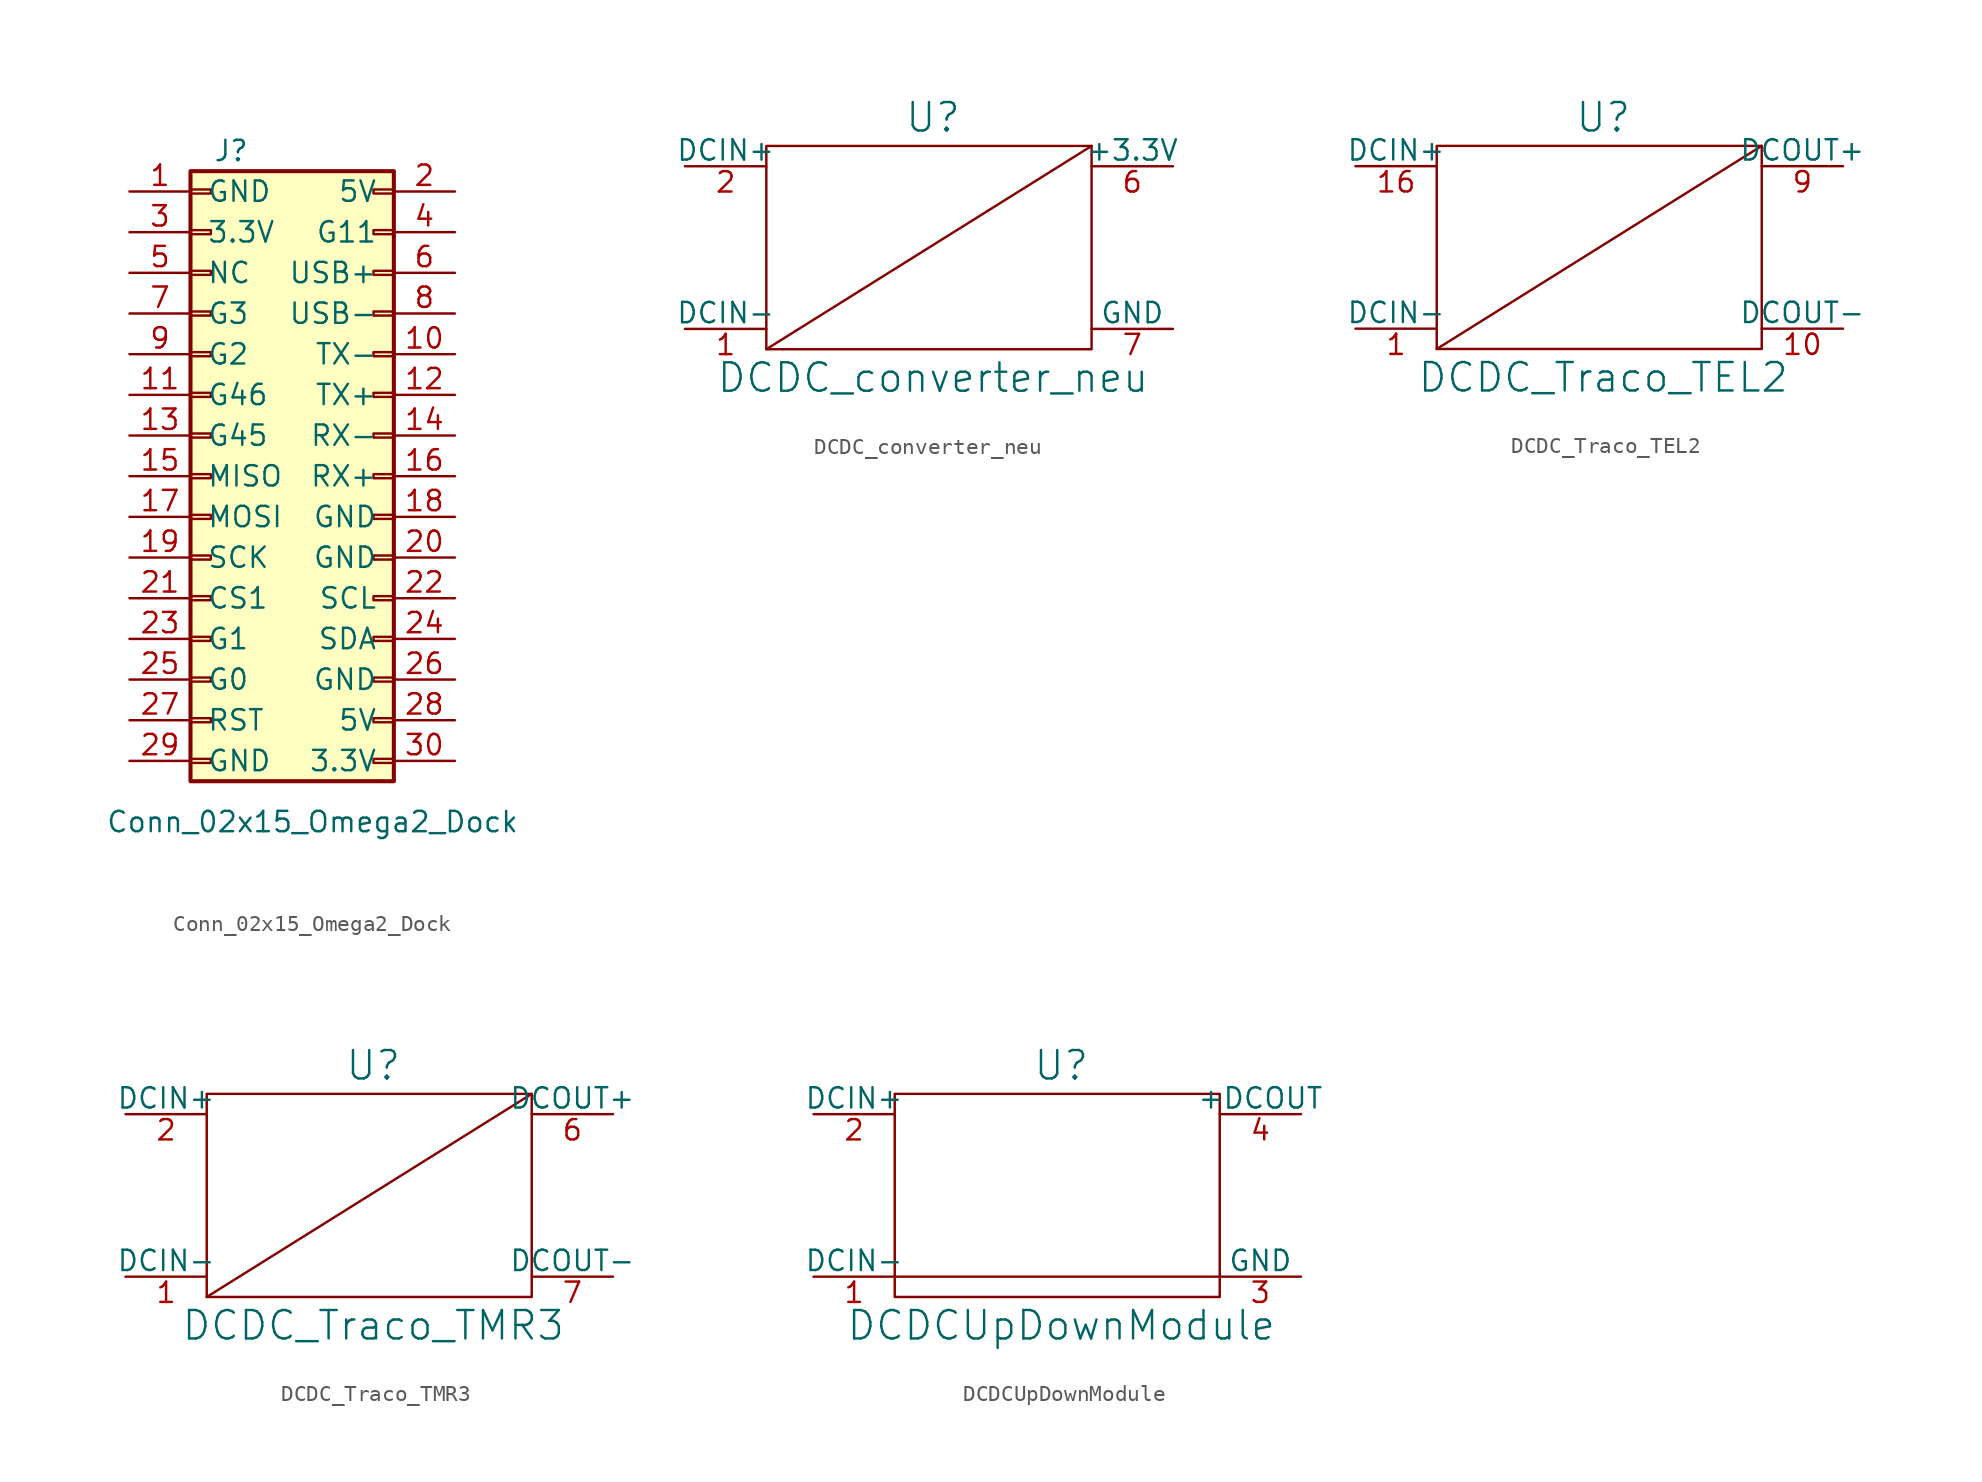
<source format=kicad_sym>
(kicad_symbol_lib
  (version 20220914)
  (generator kicad_symbol_editor)
  (symbol "Conn_02x15_Omega2_Dock"
    (pin_names
      (offset 1.016))
    (property "Reference" "J"
      (at 1.27 20.32 0)
      (effects (font (size 1.27 1.27))))
    (property "Value" "Conn_02x15_Omega2_Dock"
      (at 6.35 -21.59 0)
      (effects (font (size 1.27 1.27))))
    (symbol "Conn_02x15_Omega2_Dock_1_1"
      (rectangle (start -1.27 -17.653) (end 0 -17.907) (stroke (width 0.152) (type default)) (fill (type none)))
      (rectangle (start -1.27 -15.113) (end 0 -15.367) (stroke (width 0.152) (type default)) (fill (type none)))
      (rectangle (start -1.27 -12.573) (end 0 -12.827) (stroke (width 0.152) (type default)) (fill (type none)))
      (rectangle (start -1.27 -10.033) (end 0 -10.287) (stroke (width 0.152) (type default)) (fill (type none)))
      (rectangle (start -1.27 -7.493) (end 0 -7.747) (stroke (width 0.152) (type default)) (fill (type none)))
      (rectangle (start -1.27 -4.953) (end 0 -5.207) (stroke (width 0.152) (type default)) (fill (type none)))
      (rectangle (start -1.27 -2.413) (end 0 -2.667) (stroke (width 0.152) (type default)) (fill (type none)))
      (rectangle (start -1.27 0.127) (end 0 -0.127) (stroke (width 0.152) (type default)) (fill (type none)))
      (rectangle (start -1.27 2.667) (end 0 2.413) (stroke (width 0.152) (type default)) (fill (type none)))
      (rectangle (start -1.27 5.207) (end 0 4.953) (stroke (width 0.152) (type default)) (fill (type none)))
      (rectangle (start -1.27 7.747) (end 0 7.493) (stroke (width 0.152) (type default)) (fill (type none)))
      (rectangle (start -1.27 10.287) (end 0 10.033) (stroke (width 0.152) (type default)) (fill (type none)))
      (rectangle (start -1.27 12.827) (end 0 12.573) (stroke (width 0.152) (type default)) (fill (type none)))
      (rectangle (start -1.27 15.367) (end 0 15.113) (stroke (width 0.152) (type default)) (fill (type none)))
      (rectangle (start -1.27 17.907) (end 0 17.653) (stroke (width 0.152) (type default)) (fill (type none)))
      (rectangle (start -1.27 19.05) (end 11.43 -19.05) (stroke (width 0.254) (type default)) (fill (type background)))
      (rectangle (start 11.43 -17.653) (end 10.16 -17.907) (stroke (width 0.152) (type default)) (fill (type none)))
      (rectangle (start 11.43 -15.113) (end 10.16 -15.367) (stroke (width 0.152) (type default)) (fill (type none)))
      (rectangle (start 11.43 -12.573) (end 10.16 -12.827) (stroke (width 0.152) (type default)) (fill (type none)))
      (rectangle (start 11.43 -10.033) (end 10.16 -10.287) (stroke (width 0.152) (type default)) (fill (type none)))
      (rectangle (start 11.43 -7.493) (end 10.16 -7.747) (stroke (width 0.152) (type default)) (fill (type none)))
      (rectangle (start 11.43 -4.953) (end 10.16 -5.207) (stroke (width 0.152) (type default)) (fill (type none)))
      (rectangle (start 11.43 -2.413) (end 10.16 -2.667) (stroke (width 0.152) (type default)) (fill (type none)))
      (rectangle (start 11.43 0.127) (end 10.16 -0.127) (stroke (width 0.152) (type default)) (fill (type none)))
      (rectangle (start 11.43 2.667) (end 10.16 2.413) (stroke (width 0.152) (type default)) (fill (type none)))
      (rectangle (start 11.43 5.207) (end 10.16 4.953) (stroke (width 0.152) (type default)) (fill (type none)))
      (rectangle (start 11.43 7.747) (end 10.16 7.493) (stroke (width 0.152) (type default)) (fill (type none)))
      (rectangle (start 11.43 10.287) (end 10.16 10.033) (stroke (width 0.152) (type default)) (fill (type none)))
      (rectangle (start 11.43 12.827) (end 10.16 12.573) (stroke (width 0.152) (type default)) (fill (type none)))
      (rectangle (start 11.43 15.367) (end 10.16 15.113) (stroke (width 0.152) (type default)) (fill (type none)))
      (rectangle (start 11.43 17.907) (end 10.16 17.653) (stroke (width 0.152) (type default)) (fill (type none)))
      (pin passive line (at -5.08 17.78 0) (length 3.81) (name "GND" (effects (font (size 1.27 1.27)))) (number "1" (effects (font (size 1.27 1.27)))))
      (pin passive line (at 15.24 7.62 180) (length 3.81) (name "TX-" (effects (font (size 1.27 1.27)))) (number "10" (effects (font (size 1.27 1.27)))))
      (pin passive line (at -5.08 5.08 0) (length 3.81) (name "G46" (effects (font (size 1.27 1.27)))) (number "11" (effects (font (size 1.27 1.27)))))
      (pin passive line (at 15.24 5.08 180) (length 3.81) (name "TX+" (effects (font (size 1.27 1.27)))) (number "12" (effects (font (size 1.27 1.27)))))
      (pin passive line (at -5.08 2.54 0) (length 3.81) (name "G45" (effects (font (size 1.27 1.27)))) (number "13" (effects (font (size 1.27 1.27)))))
      (pin passive line (at 15.24 2.54 180) (length 3.81) (name "RX-" (effects (font (size 1.27 1.27)))) (number "14" (effects (font (size 1.27 1.27)))))
      (pin passive line (at -5.08 0 0) (length 3.81) (name "MISO" (effects (font (size 1.27 1.27)))) (number "15" (effects (font (size 1.27 1.27)))))
      (pin passive line (at 15.24 0 180) (length 3.81) (name "RX+" (effects (font (size 1.27 1.27)))) (number "16" (effects (font (size 1.27 1.27)))))
      (pin passive line (at -5.08 -2.54 0) (length 3.81) (name "MOSI" (effects (font (size 1.27 1.27)))) (number "17" (effects (font (size 1.27 1.27)))))
      (pin passive line (at 15.24 -2.54 180) (length 3.81) (name "GND" (effects (font (size 1.27 1.27)))) (number "18" (effects (font (size 1.27 1.27)))))
      (pin passive line (at -5.08 -5.08 0) (length 3.81) (name "SCK" (effects (font (size 1.27 1.27)))) (number "19" (effects (font (size 1.27 1.27)))))
      (pin passive line (at 15.24 17.78 180) (length 3.81) (name "5V" (effects (font (size 1.27 1.27)))) (number "2" (effects (font (size 1.27 1.27)))))
      (pin passive line (at 15.24 -5.08 180) (length 3.81) (name "GND" (effects (font (size 1.27 1.27)))) (number "20" (effects (font (size 1.27 1.27)))))
      (pin passive line (at -5.08 -7.62 0) (length 3.81) (name "CS1" (effects (font (size 1.27 1.27)))) (number "21" (effects (font (size 1.27 1.27)))))
      (pin passive line (at 15.24 -7.62 180) (length 3.81) (name "SCL" (effects (font (size 1.27 1.27)))) (number "22" (effects (font (size 1.27 1.27)))))
      (pin passive line (at -5.08 -10.16 0) (length 3.81) (name "G1" (effects (font (size 1.27 1.27)))) (number "23" (effects (font (size 1.27 1.27)))))
      (pin passive line (at 15.24 -10.16 180) (length 3.81) (name "SDA" (effects (font (size 1.27 1.27)))) (number "24" (effects (font (size 1.27 1.27)))))
      (pin passive line (at -5.08 -12.7 0) (length 3.81) (name "G0" (effects (font (size 1.27 1.27)))) (number "25" (effects (font (size 1.27 1.27)))))
      (pin passive line (at 15.24 -12.7 180) (length 3.81) (name "GND" (effects (font (size 1.27 1.27)))) (number "26" (effects (font (size 1.27 1.27)))))
      (pin passive line (at -5.08 -15.24 0) (length 3.81) (name "RST" (effects (font (size 1.27 1.27)))) (number "27" (effects (font (size 1.27 1.27)))))
      (pin passive line (at 15.24 -15.24 180) (length 3.81) (name "5V" (effects (font (size 1.27 1.27)))) (number "28" (effects (font (size 1.27 1.27)))))
      (pin passive line (at -5.08 -17.78 0) (length 3.81) (name "GND" (effects (font (size 1.27 1.27)))) (number "29" (effects (font (size 1.27 1.27)))))
      (pin passive line (at -5.08 15.24 0) (length 3.81) (name "3.3V" (effects (font (size 1.27 1.27)))) (number "3" (effects (font (size 1.27 1.27)))))
      (pin passive line (at 15.24 -17.78 180) (length 3.81) (name "3.3V" (effects (font (size 1.27 1.27)))) (number "30" (effects (font (size 1.27 1.27)))))
      (pin passive line (at 15.24 15.24 180) (length 3.81) (name "G11" (effects (font (size 1.27 1.27)))) (number "4" (effects (font (size 1.27 1.27)))))
      (pin passive line (at -5.08 12.7 0) (length 3.81) (name "NC" (effects (font (size 1.27 1.27)))) (number "5" (effects (font (size 1.27 1.27)))))
      (pin passive line (at 15.24 12.7 180) (length 3.81) (name "USB+" (effects (font (size 1.27 1.27)))) (number "6" (effects (font (size 1.27 1.27)))))
      (pin passive line (at -5.08 10.16 0) (length 3.81) (name "G3" (effects (font (size 1.27 1.27)))) (number "7" (effects (font (size 1.27 1.27)))))
      (pin passive line (at 15.24 10.16 180) (length 3.81) (name "USB-" (effects (font (size 1.27 1.27)))) (number "8" (effects (font (size 1.27 1.27)))))
      (pin passive line (at -5.08 7.62 0) (length 3.81) (name "G2" (effects (font (size 1.27 1.27)))) (number "9" (effects (font (size 1.27 1.27)))))))
  (symbol "DCDC_converter_neu"
    (pin_names
      (offset 0))
    (property "Reference" "U"
      (at 0.254 8.128 0)
      (effects (font (size 1.778 1.778))))
    (property "Value" "DCDC_converter_neu"
      (at 0.254 -8.128 0)
      (effects (font (size 1.778 1.778))))
    (symbol "DCDC_converter_neu_0_0"
      (polyline (pts (xy -10.16 -6.35) (xy 10.16 6.35)) (stroke (width 0) (type default)) (fill (type none))))
    (symbol "DCDC_converter_neu_0_1"
      (rectangle (start -10.16 6.35) (end 10.16 -6.35) (stroke (width 0) (type default)) (fill (type none))))
    (symbol "DCDC_converter_neu_1_1"
      (pin power_in line (at -15.24 -5.08 0) (length 5.08) (name "DCIN-" (effects (font (size 1.27 1.27)))) (number "1" (effects (font (size 1.27 1.27)))))
      (pin power_in line (at -15.24 5.08 0) (length 5.08) (name "DCIN+" (effects (font (size 1.27 1.27)))) (number "2" (effects (font (size 1.27 1.27)))))
      (pin power_out line (at 15.24 5.08 180) (length 5.08) (name "+3.3V" (effects (font (size 1.27 1.27)))) (number "6" (effects (font (size 1.27 1.27)))))
      (pin power_out line (at 15.24 -5.08 180) (length 5.08) (name "GND" (effects (font (size 1.27 1.27)))) (number "7" (effects (font (size 1.27 1.27)))))))
  (symbol "DCDC_Traco_TEL2"
    (pin_names
      (offset 0))
    (property "Reference" "U"
      (at 0.254 8.128 0)
      (effects (font (size 1.778 1.778))))
    (property "Value" "DCDC_Traco_TEL2"
      (at 0.254 -8.128 0)
      (effects (font (size 1.778 1.778))))
    (symbol "DCDC_Traco_TEL2_0_0"
      (polyline (pts (xy -10.16 -6.35) (xy 10.16 6.35)) (stroke (width 0) (type default)) (fill (type none))))
    (symbol "DCDC_Traco_TEL2_0_1"
      (rectangle (start -10.16 6.35) (end 10.16 -6.35) (stroke (width 0) (type default)) (fill (type none))))
    (symbol "DCDC_Traco_TEL2_1_1"
      (pin power_in line (at -15.24 -5.08 0) (length 5.08) (name "DCIN-" (effects (font (size 1.27 1.27)))) (number "1" (effects (font (size 1.27 1.27)))))
      (pin power_out line (at 15.24 -5.08 180) (length 5.08) (name "DCOUT-" (effects (font (size 1.27 1.27)))) (number "10" (effects (font (size 1.27 1.27)))))
      (pin power_in line (at -15.24 5.08 0) (length 5.08) (name "DCIN+" (effects (font (size 1.27 1.27)))) (number "16" (effects (font (size 1.27 1.27)))))
      (pin power_out line (at 15.24 5.08 180) (length 5.08) (name "DCOUT+" (effects (font (size 1.27 1.27)))) (number "9" (effects (font (size 1.27 1.27)))))))
  (symbol "DCDC_Traco_TMR3"
    (pin_names
      (offset 0))
    (property "Reference" "U"
      (at 0.254 8.128 0)
      (effects (font (size 1.778 1.778))))
    (property "Value" "DCDC_Traco_TMR3"
      (at 0.254 -8.128 0)
      (effects (font (size 1.778 1.778))))
    (symbol "DCDC_Traco_TMR3_0_0"
      (polyline (pts (xy -10.16 -6.35) (xy 10.16 6.35)) (stroke (width 0) (type default)) (fill (type none))))
    (symbol "DCDC_Traco_TMR3_0_1"
      (rectangle (start -10.16 6.35) (end 10.16 -6.35) (stroke (width 0) (type default)) (fill (type none))))
    (symbol "DCDC_Traco_TMR3_1_1"
      (pin power_in line (at -15.24 -5.08 0) (length 5.08) (name "DCIN-" (effects (font (size 1.27 1.27)))) (number "1" (effects (font (size 1.27 1.27)))))
      (pin power_in line (at -15.24 5.08 0) (length 5.08) (name "DCIN+" (effects (font (size 1.27 1.27)))) (number "2" (effects (font (size 1.27 1.27)))))
      (pin power_out line (at 15.24 5.08 180) (length 5.08) (name "DCOUT+" (effects (font (size 1.27 1.27)))) (number "6" (effects (font (size 1.27 1.27)))))
      (pin power_out line (at 15.24 -5.08 180) (length 5.08) (name "DCOUT-" (effects (font (size 1.27 1.27)))) (number "7" (effects (font (size 1.27 1.27)))))))
  (symbol "DCDCUpDownModule"
    (pin_names
      (offset 0))
    (property "Reference" "U"
      (at 0.254 8.128 0)
      (effects (font (size 1.778 1.778))))
    (property "Value" "DCDCUpDownModule"
      (at 0.254 -8.128 0)
      (effects (font (size 1.778 1.778))))
    (symbol "DCDCUpDownModule_0_1"
      (rectangle (start -10.16 6.35) (end 10.16 -6.35) (stroke (width 0) (type default)) (fill (type none)))
      (polyline (pts (xy -10.16 -5.08) (xy 10.16 -5.08)) (stroke (width 0) (type default)) (fill (type none))))
    (symbol "DCDCUpDownModule_1_1"
      (pin power_in line (at -15.24 -5.08 0) (length 5.08) (name "DCIN-" (effects (font (size 1.27 1.27)))) (number "1" (effects (font (size 1.27 1.27)))))
      (pin power_in line (at -15.24 5.08 0) (length 5.08) (name "DCIN+" (effects (font (size 1.27 1.27)))) (number "2" (effects (font (size 1.27 1.27)))))
      (pin power_out line (at 15.24 -5.08 180) (length 5.08) (name "GND" (effects (font (size 1.27 1.27)))) (number "3" (effects (font (size 1.27 1.27)))))
      (pin power_out line (at 15.24 5.08 180) (length 5.08) (name "+DCOUT" (effects (font (size 1.27 1.27)))) (number "4" (effects (font (size 1.27 1.27))))))))
</source>
